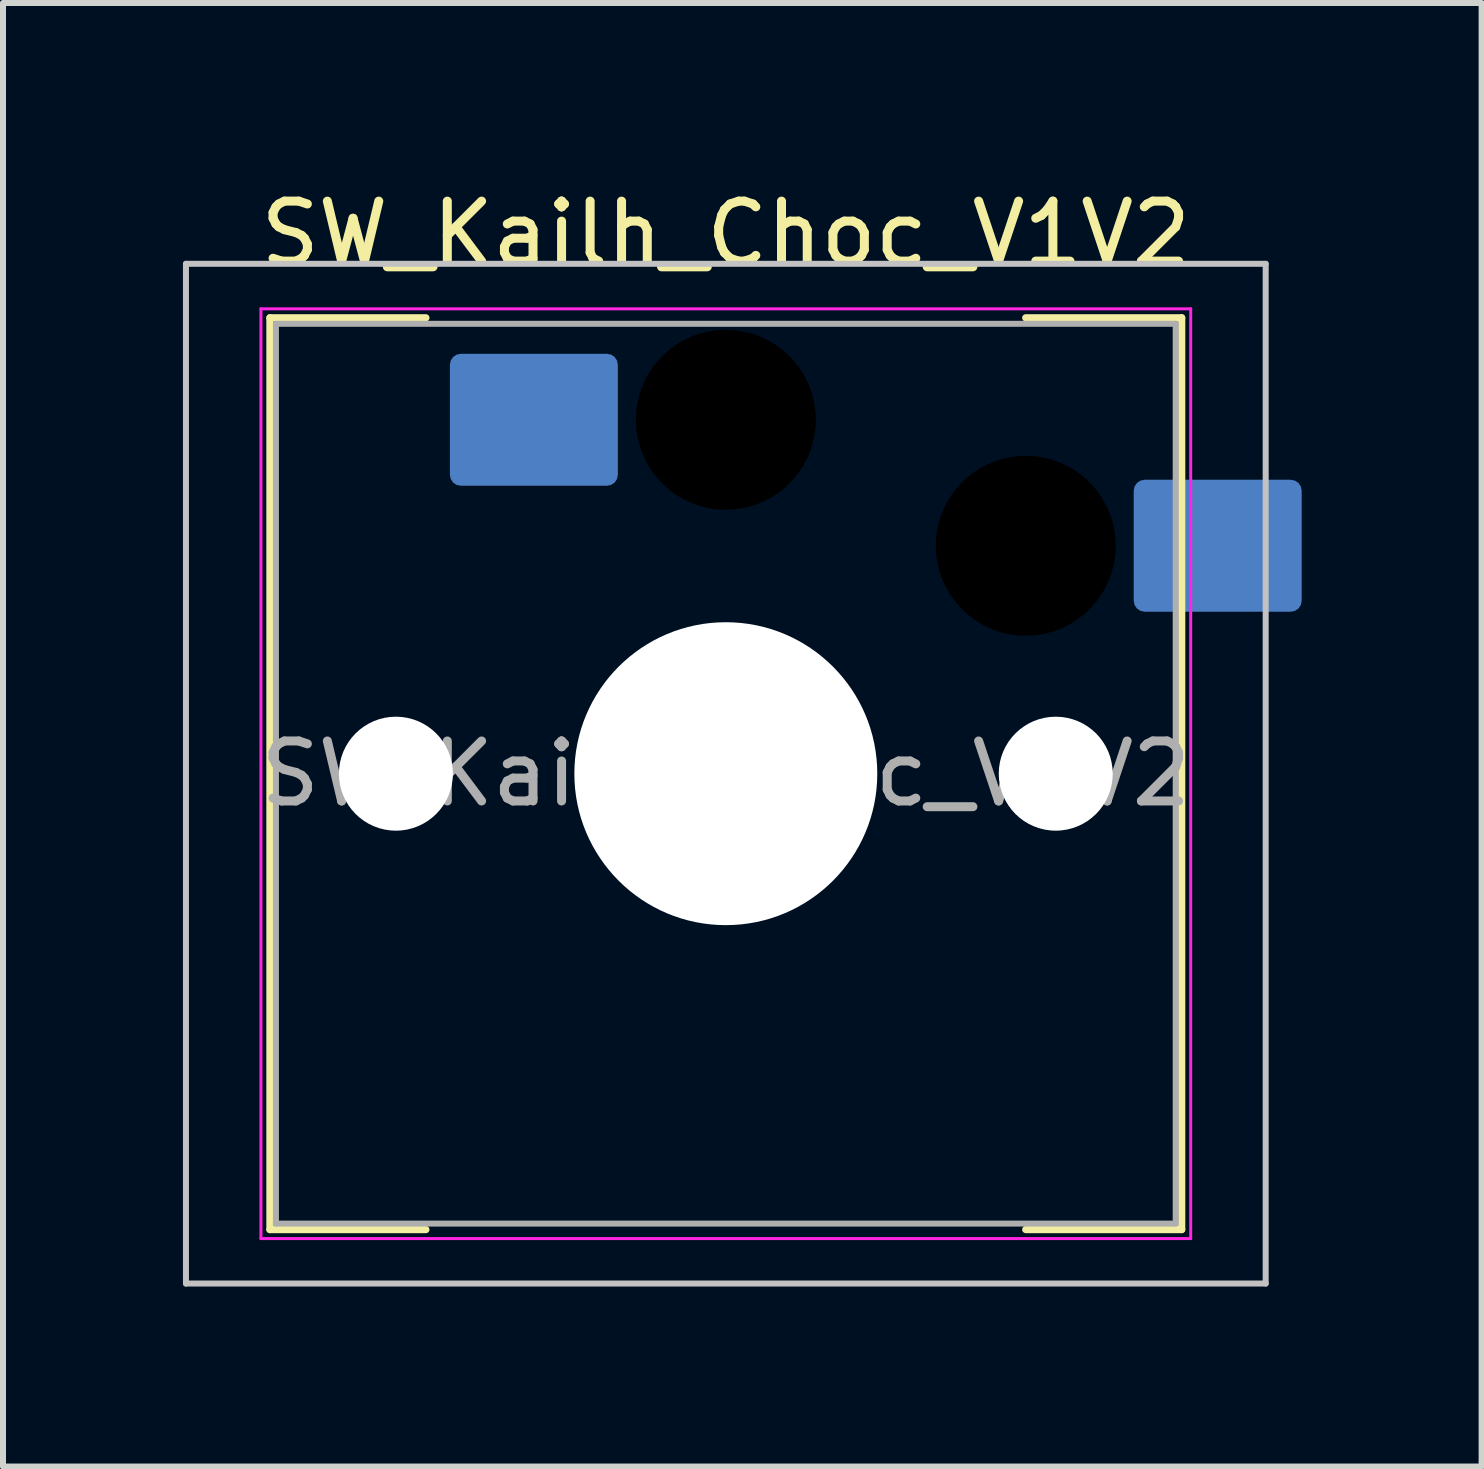
<source format=kicad_pcb>
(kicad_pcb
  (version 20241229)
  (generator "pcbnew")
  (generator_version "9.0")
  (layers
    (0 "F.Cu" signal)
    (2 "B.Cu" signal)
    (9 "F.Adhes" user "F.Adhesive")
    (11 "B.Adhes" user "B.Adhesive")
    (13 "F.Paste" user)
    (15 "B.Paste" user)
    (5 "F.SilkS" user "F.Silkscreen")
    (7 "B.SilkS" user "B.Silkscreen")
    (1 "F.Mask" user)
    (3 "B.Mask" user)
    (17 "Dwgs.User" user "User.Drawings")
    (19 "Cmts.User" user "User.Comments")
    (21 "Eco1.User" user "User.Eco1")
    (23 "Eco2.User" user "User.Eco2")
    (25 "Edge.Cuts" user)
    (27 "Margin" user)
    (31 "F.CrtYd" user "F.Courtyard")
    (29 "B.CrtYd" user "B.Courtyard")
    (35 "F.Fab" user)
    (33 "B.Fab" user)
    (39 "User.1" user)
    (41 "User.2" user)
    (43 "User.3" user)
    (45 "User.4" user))
  (footprint "SW_Kailh_Choc_V1V2"
    (layer "F.Cu")
    (at 9.05 9.848)
    (property "Reference" "SW_Kailh_Choc_V1V2" (at 0 -9 0) (layer "F.SilkS") (effects (font (size 1 1) (thickness 0.15))))
    (attr through_hole)
    (fp_line (start -7.6 -7.6) (end -7.6 7.6) (stroke (width 0.12) (type solid)) (layer "F.SilkS"))
    (fp_line (start -7.6 7.6) (end -5 7.6) (stroke (width 0.12) (type solid)) (layer "F.SilkS"))
    (fp_line (start -5 -7.6) (end -7.6 -7.6) (stroke (width 0.12) (type solid)) (layer "F.SilkS"))
    (fp_line (start 7.6 -7.6) (end 5 -7.6) (stroke (width 0.12) (type solid)) (layer "F.SilkS"))
    (fp_line (start 7.6 7.6) (end 5 7.6) (stroke (width 0.12) (type solid)) (layer "F.SilkS"))
    (fp_line (start 7.6 7.6) (end 7.6 -7.6) (stroke (width 0.12) (type solid)) (layer "F.SilkS"))
    (fp_line (start -9 -8.5) (end -9 8.5) (stroke (width 0.1) (type solid)) (layer "Dwgs.User"))
    (fp_line (start -9 8.5) (end 9 8.5) (stroke (width 0.1) (type solid)) (layer "Dwgs.User"))
    (fp_line (start 9 -8.5) (end -9 -8.5) (stroke (width 0.1) (type solid)) (layer "Dwgs.User"))
    (fp_line (start 9 8.5) (end 9 -8.5) (stroke (width 0.1) (type solid)) (layer "Dwgs.User"))
    (fp_line (start -7.25 -7.25) (end -7.25 7.25) (stroke (width 0.1) (type solid)) (layer "Eco1.User"))
    (fp_line (start -7.25 7.25) (end 7.25 7.25) (stroke (width 0.1) (type solid)) (layer "Eco1.User"))
    (fp_line (start 7.25 -7.25) (end -7.25 -7.25) (stroke (width 0.1) (type solid)) (layer "Eco1.User"))
    (fp_line (start 7.25 7.25) (end 7.25 -7.25) (stroke (width 0.1) (type solid)) (layer "Eco1.User"))
    (fp_line (start -7.75 -7.75) (end -7.75 7.75) (stroke (width 0.05) (type solid)) (layer "F.CrtYd"))
    (fp_line (start -7.75 7.75) (end 7.75 7.75) (stroke (width 0.05) (type solid)) (layer "F.CrtYd"))
    (fp_line (start 7.75 -7.75) (end -7.75 -7.75) (stroke (width 0.05) (type solid)) (layer "F.CrtYd"))
    (fp_line (start 7.75 7.75) (end 7.75 -7.75) (stroke (width 0.05) (type solid)) (layer "F.CrtYd"))
    (fp_line (start -7.5 -7.5) (end -7.5 7.5) (stroke (width 0.1) (type solid)) (layer "F.Fab"))
    (fp_line (start -7.5 7.5) (end 7.5 7.5) (stroke (width 0.1) (type solid)) (layer "F.Fab"))
    (fp_line (start 7.5 -7.5) (end -7.5 -7.5) (stroke (width 0.1) (type solid)) (layer "F.Fab"))
    (fp_line (start 7.5 7.5) (end 7.5 -7.5) (stroke (width 0.1) (type solid)) (layer "F.Fab"))
    (fp_text user "${REFERENCE}" (at 0 0 0) (layer "F.Fab") (effects (font (size 1 1) (thickness 0.15))))
    (pad "" np_thru_hole circle (at -5.5 0) (size 1.9 1.9) (drill 1.9) (layers "*.Cu" "*.Mask"))
    (pad "" np_thru_hole circle (at 0 -5.9) (size 3 3) (drill 3) (layers "*.Mask"))
    (pad "" np_thru_hole circle (at 0 0) (size 5.05 5.05) (drill 5.05) (layers "*.Cu" "*.Mask"))
    (pad "" np_thru_hole circle (at 5 -3.8) (size 3 3) (drill 3) (layers "*.Mask"))
    (pad "" np_thru_hole circle (at 5.5 0) (size 1.9 1.9) (drill 1.9) (layers "*.Cu" "*.Mask"))
    (pad "1" smd roundrect (at -3.2 -5.9) (size 2.8 2.2) (layers "B.Cu" "B.Mask" "B.Paste") (roundrect_rratio 0.083))
    (pad "2" smd roundrect (at 8.2 -3.8) (size 2.8 2.2) (layers "B.Cu" "B.Mask" "B.Paste") (roundrect_rratio 0.083)))
  (gr_rect
    (start -3 -3)
    (end 21.65 21.398)
    (stroke (width 0.1) (type default))
    (fill no)
    (layer "Edge.Cuts")))
</source>
